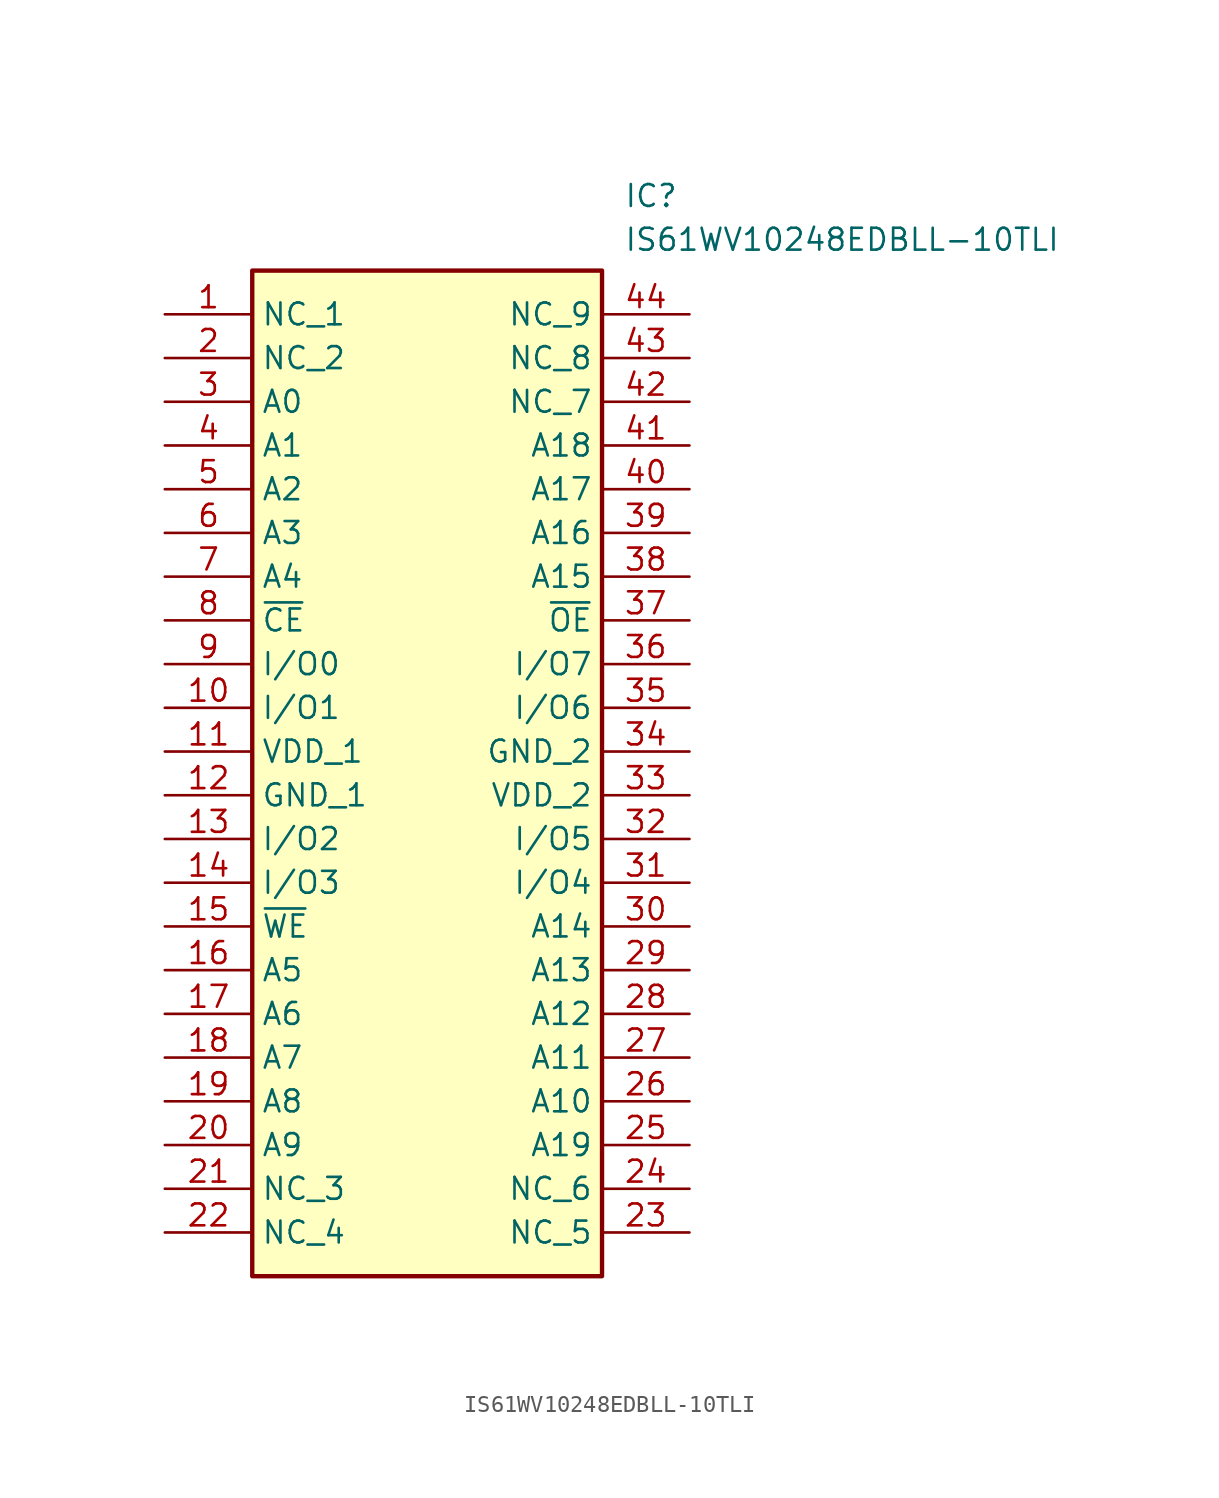
<source format=kicad_sym>
(kicad_symbol_lib
  (version 20211014)
  (generator SamacSys_ECAD_Model)
  (symbol "IS61WV10248EDBLL-10TLI"
    (property "Reference" "IC"
      (at 26.67 7.62 0)
      (effects (font (size 1.27 1.27)) (justify left top)))
    (property "Value" "IS61WV10248EDBLL-10TLI"
      (at 26.67 5.08 0)
      (effects (font (size 1.27 1.27)) (justify left top)))
    (rectangle
      (start 5.08 2.54)
      (end 25.4 -55.88)
      (stroke (width 0.254) (type default))
      (fill (type background)))
    (pin passive line
      (at 0 0 0)
      (length 5.08)
      (name "NC_1" (effects (font (size 1.27 1.27))))
      (number "1" (effects (font (size 1.27 1.27)))))
    (pin passive line
      (at 0 -2.54 0)
      (length 5.08)
      (name "NC_2" (effects (font (size 1.27 1.27))))
      (number "2" (effects (font (size 1.27 1.27)))))
    (pin passive line
      (at 0 -5.08 0)
      (length 5.08)
      (name "A0" (effects (font (size 1.27 1.27))))
      (number "3" (effects (font (size 1.27 1.27)))))
    (pin passive line
      (at 0 -7.62 0)
      (length 5.08)
      (name "A1" (effects (font (size 1.27 1.27))))
      (number "4" (effects (font (size 1.27 1.27)))))
    (pin passive line
      (at 0 -10.16 0)
      (length 5.08)
      (name "A2" (effects (font (size 1.27 1.27))))
      (number "5" (effects (font (size 1.27 1.27)))))
    (pin passive line
      (at 0 -12.7 0)
      (length 5.08)
      (name "A3" (effects (font (size 1.27 1.27))))
      (number "6" (effects (font (size 1.27 1.27)))))
    (pin passive line
      (at 0 -15.24 0)
      (length 5.08)
      (name "A4" (effects (font (size 1.27 1.27))))
      (number "7" (effects (font (size 1.27 1.27)))))
    (pin passive line
      (at 0 -17.78 0)
      (length 5.08)
      (name "~{CE}" (effects (font (size 1.27 1.27))))
      (number "8" (effects (font (size 1.27 1.27)))))
    (pin passive line
      (at 0 -20.32 0)
      (length 5.08)
      (name "I/O0" (effects (font (size 1.27 1.27))))
      (number "9" (effects (font (size 1.27 1.27)))))
    (pin passive line
      (at 0 -22.86 0)
      (length 5.08)
      (name "I/O1" (effects (font (size 1.27 1.27))))
      (number "10" (effects (font (size 1.27 1.27)))))
    (pin passive line
      (at 0 -25.4 0)
      (length 5.08)
      (name "VDD_1" (effects (font (size 1.27 1.27))))
      (number "11" (effects (font (size 1.27 1.27)))))
    (pin passive line
      (at 0 -27.94 0)
      (length 5.08)
      (name "GND_1" (effects (font (size 1.27 1.27))))
      (number "12" (effects (font (size 1.27 1.27)))))
    (pin passive line
      (at 0 -30.48 0)
      (length 5.08)
      (name "I/O2" (effects (font (size 1.27 1.27))))
      (number "13" (effects (font (size 1.27 1.27)))))
    (pin passive line
      (at 0 -33.02 0)
      (length 5.08)
      (name "I/O3" (effects (font (size 1.27 1.27))))
      (number "14" (effects (font (size 1.27 1.27)))))
    (pin passive line
      (at 0 -35.56 0)
      (length 5.08)
      (name "~{WE}" (effects (font (size 1.27 1.27))))
      (number "15" (effects (font (size 1.27 1.27)))))
    (pin passive line
      (at 0 -38.1 0)
      (length 5.08)
      (name "A5" (effects (font (size 1.27 1.27))))
      (number "16" (effects (font (size 1.27 1.27)))))
    (pin passive line
      (at 0 -40.64 0)
      (length 5.08)
      (name "A6" (effects (font (size 1.27 1.27))))
      (number "17" (effects (font (size 1.27 1.27)))))
    (pin passive line
      (at 0 -43.18 0)
      (length 5.08)
      (name "A7" (effects (font (size 1.27 1.27))))
      (number "18" (effects (font (size 1.27 1.27)))))
    (pin passive line
      (at 0 -45.72 0)
      (length 5.08)
      (name "A8" (effects (font (size 1.27 1.27))))
      (number "19" (effects (font (size 1.27 1.27)))))
    (pin passive line
      (at 0 -48.26 0)
      (length 5.08)
      (name "A9" (effects (font (size 1.27 1.27))))
      (number "20" (effects (font (size 1.27 1.27)))))
    (pin passive line
      (at 0 -50.8 0)
      (length 5.08)
      (name "NC_3" (effects (font (size 1.27 1.27))))
      (number "21" (effects (font (size 1.27 1.27)))))
    (pin passive line
      (at 0 -53.34 0)
      (length 5.08)
      (name "NC_4" (effects (font (size 1.27 1.27))))
      (number "22" (effects (font (size 1.27 1.27)))))
    (pin passive line
      (at 30.48 0 180)
      (length 5.08)
      (name "NC_9" (effects (font (size 1.27 1.27))))
      (number "44" (effects (font (size 1.27 1.27)))))
    (pin passive line
      (at 30.48 -2.54 180)
      (length 5.08)
      (name "NC_8" (effects (font (size 1.27 1.27))))
      (number "43" (effects (font (size 1.27 1.27)))))
    (pin passive line
      (at 30.48 -5.08 180)
      (length 5.08)
      (name "NC_7" (effects (font (size 1.27 1.27))))
      (number "42" (effects (font (size 1.27 1.27)))))
    (pin passive line
      (at 30.48 -7.62 180)
      (length 5.08)
      (name "A18" (effects (font (size 1.27 1.27))))
      (number "41" (effects (font (size 1.27 1.27)))))
    (pin passive line
      (at 30.48 -10.16 180)
      (length 5.08)
      (name "A17" (effects (font (size 1.27 1.27))))
      (number "40" (effects (font (size 1.27 1.27)))))
    (pin passive line
      (at 30.48 -12.7 180)
      (length 5.08)
      (name "A16" (effects (font (size 1.27 1.27))))
      (number "39" (effects (font (size 1.27 1.27)))))
    (pin passive line
      (at 30.48 -15.24 180)
      (length 5.08)
      (name "A15" (effects (font (size 1.27 1.27))))
      (number "38" (effects (font (size 1.27 1.27)))))
    (pin passive line
      (at 30.48 -17.78 180)
      (length 5.08)
      (name "~{OE}" (effects (font (size 1.27 1.27))))
      (number "37" (effects (font (size 1.27 1.27)))))
    (pin passive line
      (at 30.48 -20.32 180)
      (length 5.08)
      (name "I/O7" (effects (font (size 1.27 1.27))))
      (number "36" (effects (font (size 1.27 1.27)))))
    (pin passive line
      (at 30.48 -22.86 180)
      (length 5.08)
      (name "I/O6" (effects (font (size 1.27 1.27))))
      (number "35" (effects (font (size 1.27 1.27)))))
    (pin passive line
      (at 30.48 -25.4 180)
      (length 5.08)
      (name "GND_2" (effects (font (size 1.27 1.27))))
      (number "34" (effects (font (size 1.27 1.27)))))
    (pin passive line
      (at 30.48 -27.94 180)
      (length 5.08)
      (name "VDD_2" (effects (font (size 1.27 1.27))))
      (number "33" (effects (font (size 1.27 1.27)))))
    (pin passive line
      (at 30.48 -30.48 180)
      (length 5.08)
      (name "I/O5" (effects (font (size 1.27 1.27))))
      (number "32" (effects (font (size 1.27 1.27)))))
    (pin passive line
      (at 30.48 -33.02 180)
      (length 5.08)
      (name "I/O4" (effects (font (size 1.27 1.27))))
      (number "31" (effects (font (size 1.27 1.27)))))
    (pin passive line
      (at 30.48 -35.56 180)
      (length 5.08)
      (name "A14" (effects (font (size 1.27 1.27))))
      (number "30" (effects (font (size 1.27 1.27)))))
    (pin passive line
      (at 30.48 -38.1 180)
      (length 5.08)
      (name "A13" (effects (font (size 1.27 1.27))))
      (number "29" (effects (font (size 1.27 1.27)))))
    (pin passive line
      (at 30.48 -40.64 180)
      (length 5.08)
      (name "A12" (effects (font (size 1.27 1.27))))
      (number "28" (effects (font (size 1.27 1.27)))))
    (pin passive line
      (at 30.48 -43.18 180)
      (length 5.08)
      (name "A11" (effects (font (size 1.27 1.27))))
      (number "27" (effects (font (size 1.27 1.27)))))
    (pin passive line
      (at 30.48 -45.72 180)
      (length 5.08)
      (name "A10" (effects (font (size 1.27 1.27))))
      (number "26" (effects (font (size 1.27 1.27)))))
    (pin passive line
      (at 30.48 -48.26 180)
      (length 5.08)
      (name "A19" (effects (font (size 1.27 1.27))))
      (number "25" (effects (font (size 1.27 1.27)))))
    (pin passive line
      (at 30.48 -50.8 180)
      (length 5.08)
      (name "NC_6" (effects (font (size 1.27 1.27))))
      (number "24" (effects (font (size 1.27 1.27)))))
    (pin passive line
      (at 30.48 -53.34 180)
      (length 5.08)
      (name "NC_5" (effects (font (size 1.27 1.27))))
      (number "23" (effects (font (size 1.27 1.27)))))))
</source>
